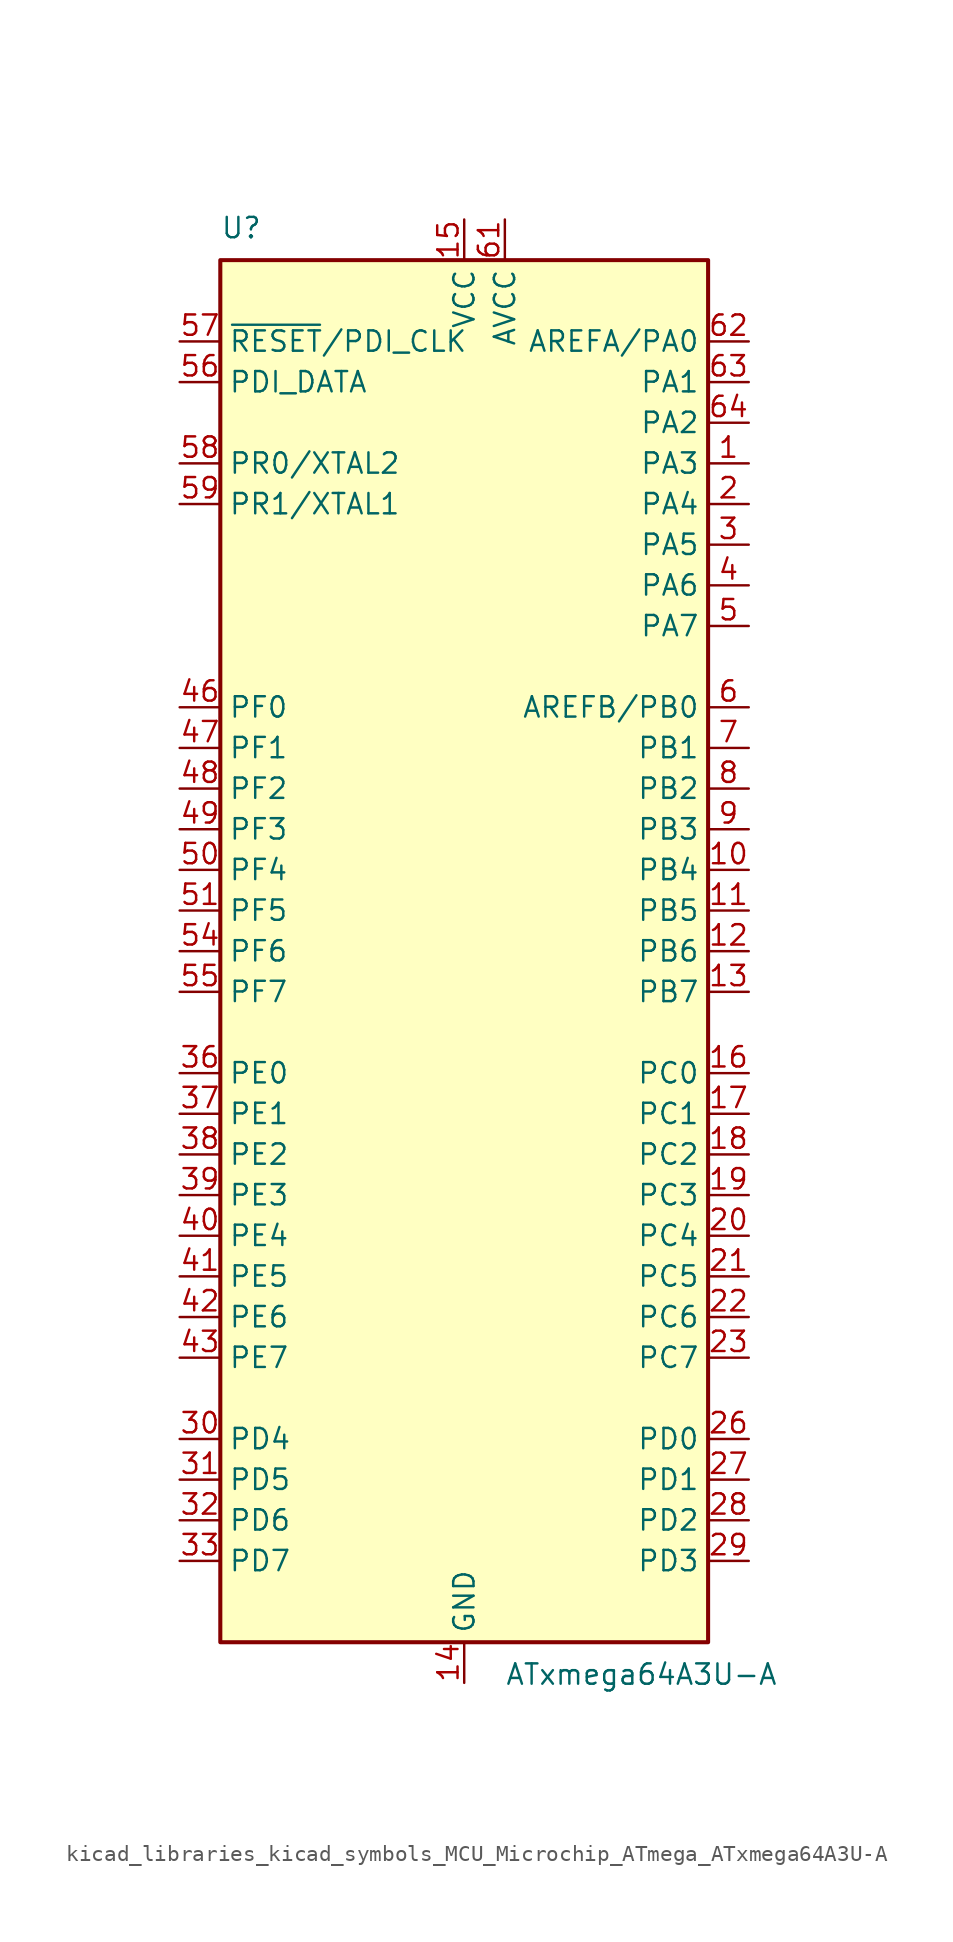
<source format=kicad_sym>
(kicad_symbol_lib
  (version 20220914)
  (generator kicad_symbol_editor)
  (symbol "kicad_libraries_kicad_symbols_MCU_Microchip_ATmega_ATxmega64A3U-A"
    (property "Reference" "U"
      (at -15.24 44.45 0)
      (effects (font (size 1.27 1.27)) (justify left bottom)))
    (property "Value" "ATxmega64A3U-A"
      (at 2.54 -44.45 0)
      (effects (font (size 1.27 1.27)) (justify left top)))
    (symbol "kicad_libraries_kicad_symbols_MCU_Microchip_ATmega_ATxmega64A3U-A_0_1"
      (rectangle (start -15.24 -43.18) (end 15.24 43.18) (stroke (width 0.254) (type default)) (fill (type background))))
    (symbol "kicad_libraries_kicad_symbols_MCU_Microchip_ATmega_ATxmega64A3U-A_1_1"
      (pin bidirectional line (at 17.78 30.48 180) (length 2.54) (name "PA3" (effects (font (size 1.27 1.27)))) (number "1" (effects (font (size 1.27 1.27)))))
      (pin bidirectional line (at 17.78 5.08 180) (length 2.54) (name "PB4" (effects (font (size 1.27 1.27)))) (number "10" (effects (font (size 1.27 1.27)))))
      (pin bidirectional line (at 17.78 2.54 180) (length 2.54) (name "PB5" (effects (font (size 1.27 1.27)))) (number "11" (effects (font (size 1.27 1.27)))))
      (pin bidirectional line (at 17.78 0 180) (length 2.54) (name "PB6" (effects (font (size 1.27 1.27)))) (number "12" (effects (font (size 1.27 1.27)))))
      (pin bidirectional line (at 17.78 -2.54 180) (length 2.54) (name "PB7" (effects (font (size 1.27 1.27)))) (number "13" (effects (font (size 1.27 1.27)))))
      (pin power_in line (at 0 -45.72 90) (length 2.54) (name "GND" (effects (font (size 1.27 1.27)))) (number "14" (effects (font (size 1.27 1.27)))))
      (pin power_in line (at 0 45.72 270) (length 2.54) (name "VCC" (effects (font (size 1.27 1.27)))) (number "15" (effects (font (size 1.27 1.27)))))
      (pin bidirectional line (at 17.78 -7.62 180) (length 2.54) (name "PC0" (effects (font (size 1.27 1.27)))) (number "16" (effects (font (size 1.27 1.27)))))
      (pin bidirectional line (at 17.78 -10.16 180) (length 2.54) (name "PC1" (effects (font (size 1.27 1.27)))) (number "17" (effects (font (size 1.27 1.27)))))
      (pin bidirectional line (at 17.78 -12.7 180) (length 2.54) (name "PC2" (effects (font (size 1.27 1.27)))) (number "18" (effects (font (size 1.27 1.27)))))
      (pin bidirectional line (at 17.78 -15.24 180) (length 2.54) (name "PC3" (effects (font (size 1.27 1.27)))) (number "19" (effects (font (size 1.27 1.27)))))
      (pin bidirectional line (at 17.78 27.94 180) (length 2.54) (name "PA4" (effects (font (size 1.27 1.27)))) (number "2" (effects (font (size 1.27 1.27)))))
      (pin bidirectional line (at 17.78 -17.78 180) (length 2.54) (name "PC4" (effects (font (size 1.27 1.27)))) (number "20" (effects (font (size 1.27 1.27)))))
      (pin bidirectional line (at 17.78 -20.32 180) (length 2.54) (name "PC5" (effects (font (size 1.27 1.27)))) (number "21" (effects (font (size 1.27 1.27)))))
      (pin bidirectional line (at 17.78 -22.86 180) (length 2.54) (name "PC6" (effects (font (size 1.27 1.27)))) (number "22" (effects (font (size 1.27 1.27)))))
      (pin bidirectional line (at 17.78 -25.4 180) (length 2.54) (name "PC7" (effects (font (size 1.27 1.27)))) (number "23" (effects (font (size 1.27 1.27)))))
      (pin passive line (at 0 -45.72 90) (length 2.54) hide (name "GND" (effects (font (size 1.27 1.27)))) (number "24" (effects (font (size 1.27 1.27)))))
      (pin passive line (at 0 45.72 270) (length 2.54) hide (name "VCC" (effects (font (size 1.27 1.27)))) (number "25" (effects (font (size 1.27 1.27)))))
      (pin bidirectional line (at 17.78 -30.48 180) (length 2.54) (name "PD0" (effects (font (size 1.27 1.27)))) (number "26" (effects (font (size 1.27 1.27)))))
      (pin bidirectional line (at 17.78 -33.02 180) (length 2.54) (name "PD1" (effects (font (size 1.27 1.27)))) (number "27" (effects (font (size 1.27 1.27)))))
      (pin bidirectional line (at 17.78 -35.56 180) (length 2.54) (name "PD2" (effects (font (size 1.27 1.27)))) (number "28" (effects (font (size 1.27 1.27)))))
      (pin bidirectional line (at 17.78 -38.1 180) (length 2.54) (name "PD3" (effects (font (size 1.27 1.27)))) (number "29" (effects (font (size 1.27 1.27)))))
      (pin bidirectional line (at 17.78 25.4 180) (length 2.54) (name "PA5" (effects (font (size 1.27 1.27)))) (number "3" (effects (font (size 1.27 1.27)))))
      (pin bidirectional line (at -17.78 -30.48 0) (length 2.54) (name "PD4" (effects (font (size 1.27 1.27)))) (number "30" (effects (font (size 1.27 1.27)))))
      (pin bidirectional line (at -17.78 -33.02 0) (length 2.54) (name "PD5" (effects (font (size 1.27 1.27)))) (number "31" (effects (font (size 1.27 1.27)))))
      (pin bidirectional line (at -17.78 -35.56 0) (length 2.54) (name "PD6" (effects (font (size 1.27 1.27)))) (number "32" (effects (font (size 1.27 1.27)))))
      (pin bidirectional line (at -17.78 -38.1 0) (length 2.54) (name "PD7" (effects (font (size 1.27 1.27)))) (number "33" (effects (font (size 1.27 1.27)))))
      (pin passive line (at 0 -45.72 90) (length 2.54) hide (name "GND" (effects (font (size 1.27 1.27)))) (number "34" (effects (font (size 1.27 1.27)))))
      (pin passive line (at 0 45.72 270) (length 2.54) hide (name "VCC" (effects (font (size 1.27 1.27)))) (number "35" (effects (font (size 1.27 1.27)))))
      (pin bidirectional line (at -17.78 -7.62 0) (length 2.54) (name "PE0" (effects (font (size 1.27 1.27)))) (number "36" (effects (font (size 1.27 1.27)))))
      (pin bidirectional line (at -17.78 -10.16 0) (length 2.54) (name "PE1" (effects (font (size 1.27 1.27)))) (number "37" (effects (font (size 1.27 1.27)))))
      (pin bidirectional line (at -17.78 -12.7 0) (length 2.54) (name "PE2" (effects (font (size 1.27 1.27)))) (number "38" (effects (font (size 1.27 1.27)))))
      (pin bidirectional line (at -17.78 -15.24 0) (length 2.54) (name "PE3" (effects (font (size 1.27 1.27)))) (number "39" (effects (font (size 1.27 1.27)))))
      (pin bidirectional line (at 17.78 22.86 180) (length 2.54) (name "PA6" (effects (font (size 1.27 1.27)))) (number "4" (effects (font (size 1.27 1.27)))))
      (pin bidirectional line (at -17.78 -17.78 0) (length 2.54) (name "PE4" (effects (font (size 1.27 1.27)))) (number "40" (effects (font (size 1.27 1.27)))))
      (pin bidirectional line (at -17.78 -20.32 0) (length 2.54) (name "PE5" (effects (font (size 1.27 1.27)))) (number "41" (effects (font (size 1.27 1.27)))))
      (pin bidirectional line (at -17.78 -22.86 0) (length 2.54) (name "PE6" (effects (font (size 1.27 1.27)))) (number "42" (effects (font (size 1.27 1.27)))))
      (pin bidirectional line (at -17.78 -25.4 0) (length 2.54) (name "PE7" (effects (font (size 1.27 1.27)))) (number "43" (effects (font (size 1.27 1.27)))))
      (pin passive line (at 0 -45.72 90) (length 2.54) hide (name "GND" (effects (font (size 1.27 1.27)))) (number "44" (effects (font (size 1.27 1.27)))))
      (pin passive line (at 0 45.72 270) (length 2.54) hide (name "VCC" (effects (font (size 1.27 1.27)))) (number "45" (effects (font (size 1.27 1.27)))))
      (pin bidirectional line (at -17.78 15.24 0) (length 2.54) (name "PF0" (effects (font (size 1.27 1.27)))) (number "46" (effects (font (size 1.27 1.27)))))
      (pin bidirectional line (at -17.78 12.7 0) (length 2.54) (name "PF1" (effects (font (size 1.27 1.27)))) (number "47" (effects (font (size 1.27 1.27)))))
      (pin bidirectional line (at -17.78 10.16 0) (length 2.54) (name "PF2" (effects (font (size 1.27 1.27)))) (number "48" (effects (font (size 1.27 1.27)))))
      (pin bidirectional line (at -17.78 7.62 0) (length 2.54) (name "PF3" (effects (font (size 1.27 1.27)))) (number "49" (effects (font (size 1.27 1.27)))))
      (pin bidirectional line (at 17.78 20.32 180) (length 2.54) (name "PA7" (effects (font (size 1.27 1.27)))) (number "5" (effects (font (size 1.27 1.27)))))
      (pin bidirectional line (at -17.78 5.08 0) (length 2.54) (name "PF4" (effects (font (size 1.27 1.27)))) (number "50" (effects (font (size 1.27 1.27)))))
      (pin bidirectional line (at -17.78 2.54 0) (length 2.54) (name "PF5" (effects (font (size 1.27 1.27)))) (number "51" (effects (font (size 1.27 1.27)))))
      (pin passive line (at 0 -45.72 90) (length 2.54) hide (name "GND" (effects (font (size 1.27 1.27)))) (number "52" (effects (font (size 1.27 1.27)))))
      (pin passive line (at 0 45.72 270) (length 2.54) hide (name "VCC" (effects (font (size 1.27 1.27)))) (number "53" (effects (font (size 1.27 1.27)))))
      (pin bidirectional line (at -17.78 0 0) (length 2.54) (name "PF6" (effects (font (size 1.27 1.27)))) (number "54" (effects (font (size 1.27 1.27)))))
      (pin bidirectional line (at -17.78 -2.54 0) (length 2.54) (name "PF7" (effects (font (size 1.27 1.27)))) (number "55" (effects (font (size 1.27 1.27)))))
      (pin bidirectional line (at -17.78 35.56 0) (length 2.54) (name "PDI_DATA" (effects (font (size 1.27 1.27)))) (number "56" (effects (font (size 1.27 1.27)))))
      (pin input line (at -17.78 38.1 0) (length 2.54) (name "~{RESET}/PDI_CLK" (effects (font (size 1.27 1.27)))) (number "57" (effects (font (size 1.27 1.27)))))
      (pin bidirectional line (at -17.78 30.48 0) (length 2.54) (name "PR0/XTAL2" (effects (font (size 1.27 1.27)))) (number "58" (effects (font (size 1.27 1.27)))))
      (pin bidirectional line (at -17.78 27.94 0) (length 2.54) (name "PR1/XTAL1" (effects (font (size 1.27 1.27)))) (number "59" (effects (font (size 1.27 1.27)))))
      (pin bidirectional line (at 17.78 15.24 180) (length 2.54) (name "AREFB/PB0" (effects (font (size 1.27 1.27)))) (number "6" (effects (font (size 1.27 1.27)))))
      (pin passive line (at 0 -45.72 90) (length 2.54) hide (name "GND" (effects (font (size 1.27 1.27)))) (number "60" (effects (font (size 1.27 1.27)))))
      (pin power_in line (at 2.54 45.72 270) (length 2.54) (name "AVCC" (effects (font (size 1.27 1.27)))) (number "61" (effects (font (size 1.27 1.27)))))
      (pin bidirectional line (at 17.78 38.1 180) (length 2.54) (name "AREFA/PA0" (effects (font (size 1.27 1.27)))) (number "62" (effects (font (size 1.27 1.27)))))
      (pin bidirectional line (at 17.78 35.56 180) (length 2.54) (name "PA1" (effects (font (size 1.27 1.27)))) (number "63" (effects (font (size 1.27 1.27)))))
      (pin bidirectional line (at 17.78 33.02 180) (length 2.54) (name "PA2" (effects (font (size 1.27 1.27)))) (number "64" (effects (font (size 1.27 1.27)))))
      (pin bidirectional line (at 17.78 12.7 180) (length 2.54) (name "PB1" (effects (font (size 1.27 1.27)))) (number "7" (effects (font (size 1.27 1.27)))))
      (pin bidirectional line (at 17.78 10.16 180) (length 2.54) (name "PB2" (effects (font (size 1.27 1.27)))) (number "8" (effects (font (size 1.27 1.27)))))
      (pin bidirectional line (at 17.78 7.62 180) (length 2.54) (name "PB3" (effects (font (size 1.27 1.27)))) (number "9" (effects (font (size 1.27 1.27))))))))
</source>
